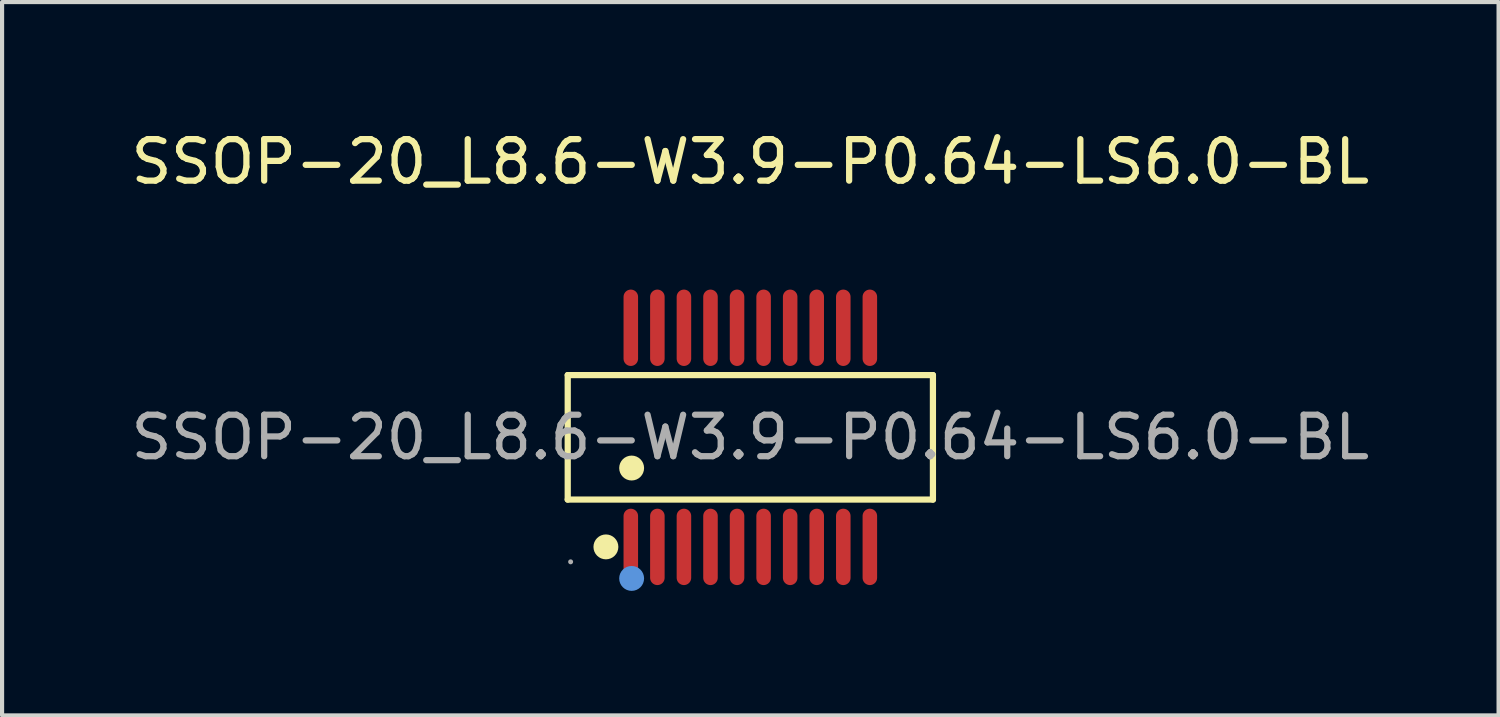
<source format=kicad_pcb>
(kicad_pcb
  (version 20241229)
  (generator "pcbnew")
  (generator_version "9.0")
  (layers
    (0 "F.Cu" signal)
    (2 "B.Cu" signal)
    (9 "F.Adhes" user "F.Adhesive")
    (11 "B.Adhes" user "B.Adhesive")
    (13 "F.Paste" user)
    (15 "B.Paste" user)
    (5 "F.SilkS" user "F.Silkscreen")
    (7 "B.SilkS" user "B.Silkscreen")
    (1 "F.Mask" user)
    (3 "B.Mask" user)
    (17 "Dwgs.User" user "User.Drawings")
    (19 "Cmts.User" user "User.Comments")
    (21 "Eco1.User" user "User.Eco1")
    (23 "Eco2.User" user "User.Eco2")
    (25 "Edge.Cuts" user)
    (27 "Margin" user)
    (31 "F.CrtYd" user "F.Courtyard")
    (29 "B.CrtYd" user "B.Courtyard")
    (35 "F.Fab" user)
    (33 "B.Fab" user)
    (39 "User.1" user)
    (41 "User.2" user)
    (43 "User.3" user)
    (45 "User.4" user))
  (footprint "SSOP-20_L8.6-W3.9-P0.64-LS6.0-BL"
    (layer "F.Cu")
    (at 15.03 7.488)
    (property "Reference" "SSOP-20_L8.6-W3.9-P0.64-LS6.0-BL" (at 0 -6.64 0) (layer "F.SilkS") (effects (font (size 1 1) (thickness 0.15))))
    (attr smd)
    (fp_line (start -4.4 -1.5) (end 4.4 -1.5) (stroke (width 0.15) (type solid)) (layer "F.SilkS"))
    (fp_line (start -4.4 1.5) (end -4.4 -1.5) (stroke (width 0.15) (type solid)) (layer "F.SilkS"))
    (fp_line (start 4.4 -1.5) (end 4.4 1.5) (stroke (width 0.15) (type solid)) (layer "F.SilkS"))
    (fp_line (start 4.4 1.5) (end -4.4 1.5) (stroke (width 0.15) (type solid)) (layer "F.SilkS"))
    (fp_circle (center -3.48 2.64) (end -3.33 2.64) (stroke (width 0.3) (type solid)) (fill no) (layer "F.SilkS"))
    (fp_circle (center -2.86 0.74) (end -2.71 0.74) (stroke (width 0.3) (type solid)) (fill no) (layer "F.SilkS"))
    (fp_circle (center -2.86 3.4) (end -2.71 3.4) (stroke (width 0.3) (type solid)) (fill no) (layer "Cmts.User"))
    (fp_circle (center -4.33 3) (end -4.3 3) (stroke (width 0.06) (type solid)) (fill no) (layer "F.Fab"))
    (fp_text user "${REFERENCE}" (at 0 0 0) (layer "F.Fab") (effects (font (size 1 1) (thickness 0.15))))
    (pad "1" smd oval (at -2.88 2.64) (size 0.35 1.84) (layers "F.Cu" "F.Mask" "F.Paste"))
    (pad "2" smd oval (at -2.24 2.64) (size 0.35 1.84) (layers "F.Cu" "F.Mask" "F.Paste"))
    (pad "3" smd oval (at -1.6 2.64) (size 0.35 1.84) (layers "F.Cu" "F.Mask" "F.Paste"))
    (pad "4" smd oval (at -0.96 2.64) (size 0.35 1.84) (layers "F.Cu" "F.Mask" "F.Paste"))
    (pad "5" smd oval (at -0.32 2.64) (size 0.35 1.84) (layers "F.Cu" "F.Mask" "F.Paste"))
    (pad "6" smd oval (at 0.32 2.64) (size 0.35 1.84) (layers "F.Cu" "F.Mask" "F.Paste"))
    (pad "7" smd oval (at 0.96 2.64) (size 0.35 1.84) (layers "F.Cu" "F.Mask" "F.Paste"))
    (pad "8" smd oval (at 1.6 2.64) (size 0.35 1.84) (layers "F.Cu" "F.Mask" "F.Paste"))
    (pad "9" smd oval (at 2.24 2.64) (size 0.35 1.84) (layers "F.Cu" "F.Mask" "F.Paste"))
    (pad "10" smd oval (at 2.88 2.64) (size 0.35 1.84) (layers "F.Cu" "F.Mask" "F.Paste"))
    (pad "11" smd oval (at 2.88 -2.64 180) (size 0.35 1.84) (layers "F.Cu" "F.Mask" "F.Paste"))
    (pad "12" smd oval (at 2.24 -2.64 180) (size 0.35 1.84) (layers "F.Cu" "F.Mask" "F.Paste"))
    (pad "13" smd oval (at 1.6 -2.64 180) (size 0.35 1.84) (layers "F.Cu" "F.Mask" "F.Paste"))
    (pad "14" smd oval (at 0.96 -2.64 180) (size 0.35 1.84) (layers "F.Cu" "F.Mask" "F.Paste"))
    (pad "15" smd oval (at 0.32 -2.64 180) (size 0.35 1.84) (layers "F.Cu" "F.Mask" "F.Paste"))
    (pad "16" smd oval (at -0.32 -2.64 180) (size 0.35 1.84) (layers "F.Cu" "F.Mask" "F.Paste"))
    (pad "17" smd oval (at -0.96 -2.64 180) (size 0.35 1.84) (layers "F.Cu" "F.Mask" "F.Paste"))
    (pad "18" smd oval (at -1.6 -2.64 180) (size 0.35 1.84) (layers "F.Cu" "F.Mask" "F.Paste"))
    (pad "19" smd oval (at -2.24 -2.64 180) (size 0.35 1.84) (layers "F.Cu" "F.Mask" "F.Paste"))
    (pad "20" smd oval (at -2.88 -2.64 180) (size 0.35 1.84) (layers "F.Cu" "F.Mask" "F.Paste")))
  (gr_rect
    (start -3 -3)
    (end 33.06 14.188)
    (stroke (width 0.1) (type default))
    (fill no)
    (layer "Edge.Cuts")))
</source>
